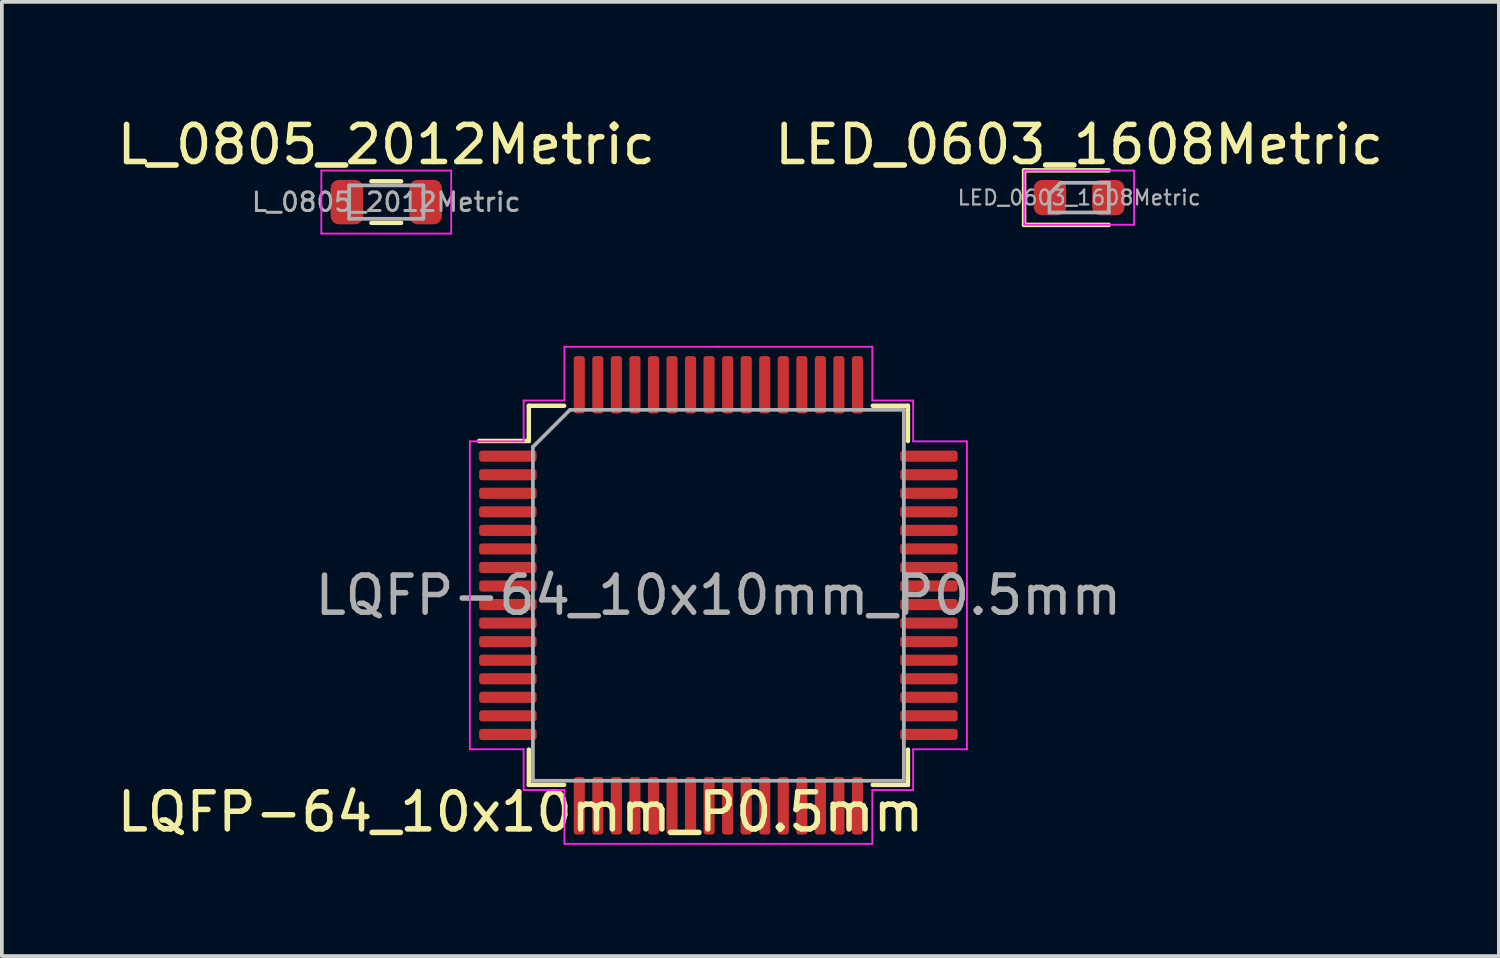
<source format=kicad_pcb>
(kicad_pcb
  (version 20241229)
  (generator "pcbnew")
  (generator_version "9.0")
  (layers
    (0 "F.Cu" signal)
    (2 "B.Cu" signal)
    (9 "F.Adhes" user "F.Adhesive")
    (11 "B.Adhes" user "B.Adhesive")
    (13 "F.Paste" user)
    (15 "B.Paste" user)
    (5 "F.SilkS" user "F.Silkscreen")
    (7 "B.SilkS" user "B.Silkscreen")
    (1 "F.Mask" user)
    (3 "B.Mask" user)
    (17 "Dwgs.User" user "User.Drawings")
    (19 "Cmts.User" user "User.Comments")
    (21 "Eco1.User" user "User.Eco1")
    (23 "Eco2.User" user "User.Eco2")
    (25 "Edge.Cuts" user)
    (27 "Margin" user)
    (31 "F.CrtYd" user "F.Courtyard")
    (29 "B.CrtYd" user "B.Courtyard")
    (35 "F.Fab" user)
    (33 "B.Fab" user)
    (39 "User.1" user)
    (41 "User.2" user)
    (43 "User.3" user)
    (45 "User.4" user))
  (footprint "LQFP-64_10x10mm_P0.5mm"
    (layer "F.Cu")
    (at 16.316 12.998)
    (property "Reference" "LQFP-64_10x10mm_P0.5mm" (at -5.334 5.842 0) (layer "F.SilkS") (effects (font (size 1 1) (thickness 0.15))))
    (attr smd)
    (fp_line (start -5.11 -5.11) (end -5.11 -4.16) (stroke (width 0.12) (type solid)) (layer "F.SilkS"))
    (fp_line (start -5.11 -4.16) (end -6.45 -4.16) (stroke (width 0.12) (type solid)) (layer "F.SilkS"))
    (fp_line (start -5.11 5.11) (end -5.11 4.16) (stroke (width 0.12) (type solid)) (layer "F.SilkS"))
    (fp_line (start -4.16 -5.11) (end -5.11 -5.11) (stroke (width 0.12) (type solid)) (layer "F.SilkS"))
    (fp_line (start -4.16 5.11) (end -5.11 5.11) (stroke (width 0.12) (type solid)) (layer "F.SilkS"))
    (fp_line (start 4.16 -5.11) (end 5.11 -5.11) (stroke (width 0.12) (type solid)) (layer "F.SilkS"))
    (fp_line (start 4.16 5.11) (end 5.11 5.11) (stroke (width 0.12) (type solid)) (layer "F.SilkS"))
    (fp_line (start 5.11 -5.11) (end 5.11 -4.16) (stroke (width 0.12) (type solid)) (layer "F.SilkS"))
    (fp_line (start 5.11 5.11) (end 5.11 4.16) (stroke (width 0.12) (type solid)) (layer "F.SilkS"))
    (fp_line (start -6.7 -4.15) (end -6.7 0) (stroke (width 0.05) (type solid)) (layer "F.CrtYd"))
    (fp_line (start -6.7 4.15) (end -6.7 0) (stroke (width 0.05) (type solid)) (layer "F.CrtYd"))
    (fp_line (start -5.25 -5.25) (end -5.25 -4.15) (stroke (width 0.05) (type solid)) (layer "F.CrtYd"))
    (fp_line (start -5.25 -4.15) (end -6.7 -4.15) (stroke (width 0.05) (type solid)) (layer "F.CrtYd"))
    (fp_line (start -5.25 4.15) (end -6.7 4.15) (stroke (width 0.05) (type solid)) (layer "F.CrtYd"))
    (fp_line (start -5.25 5.25) (end -5.25 4.15) (stroke (width 0.05) (type solid)) (layer "F.CrtYd"))
    (fp_line (start -4.15 -6.7) (end -4.15 -5.25) (stroke (width 0.05) (type solid)) (layer "F.CrtYd"))
    (fp_line (start -4.15 -5.25) (end -5.25 -5.25) (stroke (width 0.05) (type solid)) (layer "F.CrtYd"))
    (fp_line (start -4.15 5.25) (end -5.25 5.25) (stroke (width 0.05) (type solid)) (layer "F.CrtYd"))
    (fp_line (start -4.15 6.7) (end -4.15 5.25) (stroke (width 0.05) (type solid)) (layer "F.CrtYd"))
    (fp_line (start 0 -6.7) (end -4.15 -6.7) (stroke (width 0.05) (type solid)) (layer "F.CrtYd"))
    (fp_line (start 0 -6.7) (end 4.15 -6.7) (stroke (width 0.05) (type solid)) (layer "F.CrtYd"))
    (fp_line (start 0 6.7) (end -4.15 6.7) (stroke (width 0.05) (type solid)) (layer "F.CrtYd"))
    (fp_line (start 0 6.7) (end 4.15 6.7) (stroke (width 0.05) (type solid)) (layer "F.CrtYd"))
    (fp_line (start 4.15 -6.7) (end 4.15 -5.25) (stroke (width 0.05) (type solid)) (layer "F.CrtYd"))
    (fp_line (start 4.15 -5.25) (end 5.25 -5.25) (stroke (width 0.05) (type solid)) (layer "F.CrtYd"))
    (fp_line (start 4.15 5.25) (end 5.25 5.25) (stroke (width 0.05) (type solid)) (layer "F.CrtYd"))
    (fp_line (start 4.15 6.7) (end 4.15 5.25) (stroke (width 0.05) (type solid)) (layer "F.CrtYd"))
    (fp_line (start 5.25 -5.25) (end 5.25 -4.15) (stroke (width 0.05) (type solid)) (layer "F.CrtYd"))
    (fp_line (start 5.25 -4.15) (end 6.7 -4.15) (stroke (width 0.05) (type solid)) (layer "F.CrtYd"))
    (fp_line (start 5.25 4.15) (end 6.7 4.15) (stroke (width 0.05) (type solid)) (layer "F.CrtYd"))
    (fp_line (start 5.25 5.25) (end 5.25 4.15) (stroke (width 0.05) (type solid)) (layer "F.CrtYd"))
    (fp_line (start 6.7 -4.15) (end 6.7 0) (stroke (width 0.05) (type solid)) (layer "F.CrtYd"))
    (fp_line (start 6.7 4.15) (end 6.7 0) (stroke (width 0.05) (type solid)) (layer "F.CrtYd"))
    (fp_line (start -5 -4) (end -4 -5) (stroke (width 0.1) (type solid)) (layer "F.Fab"))
    (fp_line (start -5 5) (end -5 -4) (stroke (width 0.1) (type solid)) (layer "F.Fab"))
    (fp_line (start -4 -5) (end 5 -5) (stroke (width 0.1) (type solid)) (layer "F.Fab"))
    (fp_line (start 5 -5) (end 5 5) (stroke (width 0.1) (type solid)) (layer "F.Fab"))
    (fp_line (start 5 5) (end -5 5) (stroke (width 0.1) (type solid)) (layer "F.Fab"))
    (fp_text user "${REFERENCE}" (at 0 0 0) (layer "F.Fab") (effects (font (size 1 1) (thickness 0.15))))
    (pad "1" smd roundrect (at -5.675 -3.75 180) (size 1.55 0.3) (layers "F.Cu" "F.Mask" "F.Paste") (roundrect_rratio 0.25))
    (pad "2" smd roundrect (at -5.675 -3.25 180) (size 1.55 0.3) (layers "F.Cu" "F.Mask" "F.Paste") (roundrect_rratio 0.25))
    (pad "3" smd roundrect (at -5.675 -2.75 180) (size 1.55 0.3) (layers "F.Cu" "F.Mask" "F.Paste") (roundrect_rratio 0.25))
    (pad "4" smd roundrect (at -5.675 -2.25 180) (size 1.55 0.3) (layers "F.Cu" "F.Mask" "F.Paste") (roundrect_rratio 0.25))
    (pad "5" smd roundrect (at -5.675 -1.75 180) (size 1.55 0.3) (layers "F.Cu" "F.Mask" "F.Paste") (roundrect_rratio 0.25))
    (pad "6" smd roundrect (at -5.675 -1.25 180) (size 1.55 0.3) (layers "F.Cu" "F.Mask" "F.Paste") (roundrect_rratio 0.25))
    (pad "7" smd roundrect (at -5.675 -0.75 180) (size 1.55 0.3) (layers "F.Cu" "F.Mask" "F.Paste") (roundrect_rratio 0.25))
    (pad "8" smd roundrect (at -5.675 -0.25 180) (size 1.55 0.3) (layers "F.Cu" "F.Mask" "F.Paste") (roundrect_rratio 0.25))
    (pad "9" smd roundrect (at -5.675 0.25 180) (size 1.55 0.3) (layers "F.Cu" "F.Mask" "F.Paste") (roundrect_rratio 0.25))
    (pad "10" smd roundrect (at -5.675 0.75 180) (size 1.55 0.3) (layers "F.Cu" "F.Mask" "F.Paste") (roundrect_rratio 0.25))
    (pad "11" smd roundrect (at -5.675 1.25 180) (size 1.55 0.3) (layers "F.Cu" "F.Mask" "F.Paste") (roundrect_rratio 0.25))
    (pad "12" smd roundrect (at -5.675 1.75 180) (size 1.55 0.3) (layers "F.Cu" "F.Mask" "F.Paste") (roundrect_rratio 0.25))
    (pad "13" smd roundrect (at -5.675 2.25 180) (size 1.55 0.3) (layers "F.Cu" "F.Mask" "F.Paste") (roundrect_rratio 0.25))
    (pad "14" smd roundrect (at -5.675 2.75 180) (size 1.55 0.3) (layers "F.Cu" "F.Mask" "F.Paste") (roundrect_rratio 0.25))
    (pad "15" smd roundrect (at -5.675 3.25 180) (size 1.55 0.3) (layers "F.Cu" "F.Mask" "F.Paste") (roundrect_rratio 0.25))
    (pad "16" smd roundrect (at -5.675 3.75 180) (size 1.55 0.3) (layers "F.Cu" "F.Mask" "F.Paste") (roundrect_rratio 0.25))
    (pad "17" smd roundrect (at -3.75 5.675 180) (size 0.3 1.55) (layers "F.Cu" "F.Mask" "F.Paste") (roundrect_rratio 0.25))
    (pad "18" smd roundrect (at -3.25 5.675 180) (size 0.3 1.55) (layers "F.Cu" "F.Mask" "F.Paste") (roundrect_rratio 0.25))
    (pad "19" smd roundrect (at -2.75 5.675 180) (size 0.3 1.55) (layers "F.Cu" "F.Mask" "F.Paste") (roundrect_rratio 0.25))
    (pad "20" smd roundrect (at -2.25 5.675 180) (size 0.3 1.55) (layers "F.Cu" "F.Mask" "F.Paste") (roundrect_rratio 0.25))
    (pad "21" smd roundrect (at -1.75 5.675 180) (size 0.3 1.55) (layers "F.Cu" "F.Mask" "F.Paste") (roundrect_rratio 0.25))
    (pad "22" smd roundrect (at -1.25 5.675 180) (size 0.3 1.55) (layers "F.Cu" "F.Mask" "F.Paste") (roundrect_rratio 0.25))
    (pad "23" smd roundrect (at -0.75 5.675 180) (size 0.3 1.55) (layers "F.Cu" "F.Mask" "F.Paste") (roundrect_rratio 0.25))
    (pad "24" smd roundrect (at -0.25 5.675 180) (size 0.3 1.55) (layers "F.Cu" "F.Mask" "F.Paste") (roundrect_rratio 0.25))
    (pad "25" smd roundrect (at 0.25 5.675 180) (size 0.3 1.55) (layers "F.Cu" "F.Mask" "F.Paste") (roundrect_rratio 0.25))
    (pad "26" smd roundrect (at 0.75 5.675 180) (size 0.3 1.55) (layers "F.Cu" "F.Mask" "F.Paste") (roundrect_rratio 0.25))
    (pad "27" smd roundrect (at 1.25 5.675 180) (size 0.3 1.55) (layers "F.Cu" "F.Mask" "F.Paste") (roundrect_rratio 0.25))
    (pad "28" smd roundrect (at 1.75 5.675 180) (size 0.3 1.55) (layers "F.Cu" "F.Mask" "F.Paste") (roundrect_rratio 0.25))
    (pad "29" smd roundrect (at 2.25 5.675 180) (size 0.3 1.55) (layers "F.Cu" "F.Mask" "F.Paste") (roundrect_rratio 0.25))
    (pad "30" smd roundrect (at 2.75 5.675 180) (size 0.3 1.55) (layers "F.Cu" "F.Mask" "F.Paste") (roundrect_rratio 0.25))
    (pad "31" smd roundrect (at 3.25 5.675 180) (size 0.3 1.55) (layers "F.Cu" "F.Mask" "F.Paste") (roundrect_rratio 0.25))
    (pad "32" smd roundrect (at 3.75 5.675 180) (size 0.3 1.55) (layers "F.Cu" "F.Mask" "F.Paste") (roundrect_rratio 0.25))
    (pad "33" smd roundrect (at 5.675 3.75 180) (size 1.55 0.3) (layers "F.Cu" "F.Mask" "F.Paste") (roundrect_rratio 0.25))
    (pad "34" smd roundrect (at 5.675 3.25 180) (size 1.55 0.3) (layers "F.Cu" "F.Mask" "F.Paste") (roundrect_rratio 0.25))
    (pad "35" smd roundrect (at 5.675 2.75 180) (size 1.55 0.3) (layers "F.Cu" "F.Mask" "F.Paste") (roundrect_rratio 0.25))
    (pad "36" smd roundrect (at 5.675 2.25 180) (size 1.55 0.3) (layers "F.Cu" "F.Mask" "F.Paste") (roundrect_rratio 0.25))
    (pad "37" smd roundrect (at 5.675 1.75 180) (size 1.55 0.3) (layers "F.Cu" "F.Mask" "F.Paste") (roundrect_rratio 0.25))
    (pad "38" smd roundrect (at 5.675 1.25 180) (size 1.55 0.3) (layers "F.Cu" "F.Mask" "F.Paste") (roundrect_rratio 0.25))
    (pad "39" smd roundrect (at 5.675 0.75 180) (size 1.55 0.3) (layers "F.Cu" "F.Mask" "F.Paste") (roundrect_rratio 0.25))
    (pad "40" smd roundrect (at 5.675 0.25 180) (size 1.55 0.3) (layers "F.Cu" "F.Mask" "F.Paste") (roundrect_rratio 0.25))
    (pad "41" smd roundrect (at 5.675 -0.25 180) (size 1.55 0.3) (layers "F.Cu" "F.Mask" "F.Paste") (roundrect_rratio 0.25))
    (pad "42" smd roundrect (at 5.675 -0.75 180) (size 1.55 0.3) (layers "F.Cu" "F.Mask" "F.Paste") (roundrect_rratio 0.25))
    (pad "43" smd roundrect (at 5.675 -1.25 180) (size 1.55 0.3) (layers "F.Cu" "F.Mask" "F.Paste") (roundrect_rratio 0.25))
    (pad "44" smd roundrect (at 5.675 -1.75 180) (size 1.55 0.3) (layers "F.Cu" "F.Mask" "F.Paste") (roundrect_rratio 0.25))
    (pad "45" smd roundrect (at 5.675 -2.25 180) (size 1.55 0.3) (layers "F.Cu" "F.Mask" "F.Paste") (roundrect_rratio 0.25))
    (pad "46" smd roundrect (at 5.675 -2.75 180) (size 1.55 0.3) (layers "F.Cu" "F.Mask" "F.Paste") (roundrect_rratio 0.25))
    (pad "47" smd roundrect (at 5.675 -3.25 180) (size 1.55 0.3) (layers "F.Cu" "F.Mask" "F.Paste") (roundrect_rratio 0.25))
    (pad "48" smd roundrect (at 5.675 -3.75 180) (size 1.55 0.3) (layers "F.Cu" "F.Mask" "F.Paste") (roundrect_rratio 0.25))
    (pad "49" smd roundrect (at 3.75 -5.675 180) (size 0.3 1.55) (layers "F.Cu" "F.Mask" "F.Paste") (roundrect_rratio 0.25))
    (pad "50" smd roundrect (at 3.25 -5.675 180) (size 0.3 1.55) (layers "F.Cu" "F.Mask" "F.Paste") (roundrect_rratio 0.25))
    (pad "51" smd roundrect (at 2.75 -5.675 180) (size 0.3 1.55) (layers "F.Cu" "F.Mask" "F.Paste") (roundrect_rratio 0.25))
    (pad "52" smd roundrect (at 2.25 -5.675 180) (size 0.3 1.55) (layers "F.Cu" "F.Mask" "F.Paste") (roundrect_rratio 0.25))
    (pad "53" smd roundrect (at 1.75 -5.675 180) (size 0.3 1.55) (layers "F.Cu" "F.Mask" "F.Paste") (roundrect_rratio 0.25))
    (pad "54" smd roundrect (at 1.25 -5.675 180) (size 0.3 1.55) (layers "F.Cu" "F.Mask" "F.Paste") (roundrect_rratio 0.25))
    (pad "55" smd roundrect (at 0.75 -5.675 180) (size 0.3 1.55) (layers "F.Cu" "F.Mask" "F.Paste") (roundrect_rratio 0.25))
    (pad "56" smd roundrect (at 0.25 -5.675 180) (size 0.3 1.55) (layers "F.Cu" "F.Mask" "F.Paste") (roundrect_rratio 0.25))
    (pad "57" smd roundrect (at -0.25 -5.675 180) (size 0.3 1.55) (layers "F.Cu" "F.Mask" "F.Paste") (roundrect_rratio 0.25))
    (pad "58" smd roundrect (at -0.75 -5.675 180) (size 0.3 1.55) (layers "F.Cu" "F.Mask" "F.Paste") (roundrect_rratio 0.25))
    (pad "59" smd roundrect (at -1.25 -5.675 180) (size 0.3 1.55) (layers "F.Cu" "F.Mask" "F.Paste") (roundrect_rratio 0.25))
    (pad "60" smd roundrect (at -1.75 -5.675 180) (size 0.3 1.55) (layers "F.Cu" "F.Mask" "F.Paste") (roundrect_rratio 0.25))
    (pad "61" smd roundrect (at -2.25 -5.675 180) (size 0.3 1.55) (layers "F.Cu" "F.Mask" "F.Paste") (roundrect_rratio 0.25))
    (pad "62" smd roundrect (at -2.75 -5.675 180) (size 0.3 1.55) (layers "F.Cu" "F.Mask" "F.Paste") (roundrect_rratio 0.25))
    (pad "63" smd roundrect (at -3.25 -5.675 180) (size 0.3 1.55) (layers "F.Cu" "F.Mask" "F.Paste") (roundrect_rratio 0.25))
    (pad "64" smd roundrect (at -3.75 -5.675 180) (size 0.3 1.55) (layers "F.Cu" "F.Mask" "F.Paste") (roundrect_rratio 0.25)))
  (footprint "L_0805_2012Metric"
    (layer "F.Cu")
    (at 7.363 2.398)
    (property "Reference" "L_0805_2012Metric" (at 0 -1.55 0) (layer "F.SilkS") (effects (font (size 1 1) (thickness 0.15))))
    (attr smd)
    (fp_line (start -0.4 -0.56) (end 0.4 -0.56) (stroke (width 0.12) (type solid)) (layer "F.SilkS"))
    (fp_line (start -0.4 0.56) (end 0.4 0.56) (stroke (width 0.12) (type solid)) (layer "F.SilkS"))
    (fp_line (start -1.75 -0.85) (end 1.75 -0.85) (stroke (width 0.05) (type solid)) (layer "F.CrtYd"))
    (fp_line (start -1.75 0.85) (end -1.75 -0.85) (stroke (width 0.05) (type solid)) (layer "F.CrtYd"))
    (fp_line (start 1.75 -0.85) (end 1.75 0.85) (stroke (width 0.05) (type solid)) (layer "F.CrtYd"))
    (fp_line (start 1.75 0.85) (end -1.75 0.85) (stroke (width 0.05) (type solid)) (layer "F.CrtYd"))
    (fp_line (start -1 -0.45) (end 1 -0.45) (stroke (width 0.1) (type solid)) (layer "F.Fab"))
    (fp_line (start -1 0.45) (end -1 -0.45) (stroke (width 0.1) (type solid)) (layer "F.Fab"))
    (fp_line (start 1 -0.45) (end 1 0.45) (stroke (width 0.1) (type solid)) (layer "F.Fab"))
    (fp_line (start 1 0.45) (end -1 0.45) (stroke (width 0.1) (type solid)) (layer "F.Fab"))
    (fp_text user "${REFERENCE}" (at 0 0 0) (layer "F.Fab") (effects (font (size 0.5 0.5) (thickness 0.08))))
    (pad "1" smd roundrect (at -1.062 0 180) (size 0.875 1.2) (layers "F.Cu" "F.Mask" "F.Paste") (roundrect_rratio 0.25))
    (pad "2" smd roundrect (at 1.062 0 180) (size 0.875 1.2) (layers "F.Cu" "F.Mask" "F.Paste") (roundrect_rratio 0.25)))
  (footprint "LED_0603_1608Metric"
    (layer "F.Cu")
    (at 26.042 2.278)
    (property "Reference" "LED_0603_1608Metric" (at 0 -1.43 0) (layer "F.SilkS") (effects (font (size 1 1) (thickness 0.15))))
    (attr smd)
    (fp_line (start -1.485 -0.735) (end -1.485 0.735) (stroke (width 0.12) (type solid)) (layer "F.SilkS"))
    (fp_line (start -1.485 0.735) (end 0.8 0.735) (stroke (width 0.12) (type solid)) (layer "F.SilkS"))
    (fp_line (start 0.8 -0.735) (end -1.485 -0.735) (stroke (width 0.12) (type solid)) (layer "F.SilkS"))
    (fp_line (start -1.48 -0.73) (end 1.48 -0.73) (stroke (width 0.05) (type solid)) (layer "F.CrtYd"))
    (fp_line (start -1.48 0.73) (end -1.48 -0.73) (stroke (width 0.05) (type solid)) (layer "F.CrtYd"))
    (fp_line (start 1.48 -0.73) (end 1.48 0.73) (stroke (width 0.05) (type solid)) (layer "F.CrtYd"))
    (fp_line (start 1.48 0.73) (end -1.48 0.73) (stroke (width 0.05) (type solid)) (layer "F.CrtYd"))
    (fp_line (start -0.8 -0.1) (end -0.8 0.4) (stroke (width 0.1) (type solid)) (layer "F.Fab"))
    (fp_line (start -0.8 0.4) (end 0.8 0.4) (stroke (width 0.1) (type solid)) (layer "F.Fab"))
    (fp_line (start -0.5 -0.4) (end -0.8 -0.1) (stroke (width 0.1) (type solid)) (layer "F.Fab"))
    (fp_line (start 0.8 -0.4) (end -0.5 -0.4) (stroke (width 0.1) (type solid)) (layer "F.Fab"))
    (fp_line (start 0.8 0.4) (end 0.8 -0.4) (stroke (width 0.1) (type solid)) (layer "F.Fab"))
    (fp_text user "${REFERENCE}" (at 0 0 0) (layer "F.Fab") (effects (font (size 0.4 0.4) (thickness 0.06))))
    (pad "1" smd roundrect (at -0.787 0 180) (size 0.875 0.95) (layers "F.Cu" "F.Mask" "F.Paste") (roundrect_rratio 0.25))
    (pad "2" smd roundrect (at 0.787 0 180) (size 0.875 0.95) (layers "F.Cu" "F.Mask" "F.Paste") (roundrect_rratio 0.25)))
  (gr_rect
    (start -3 -3)
    (end 37.357 22.723)
    (stroke (width 0.1) (type default))
    (fill no)
    (layer "Edge.Cuts")))
</source>
